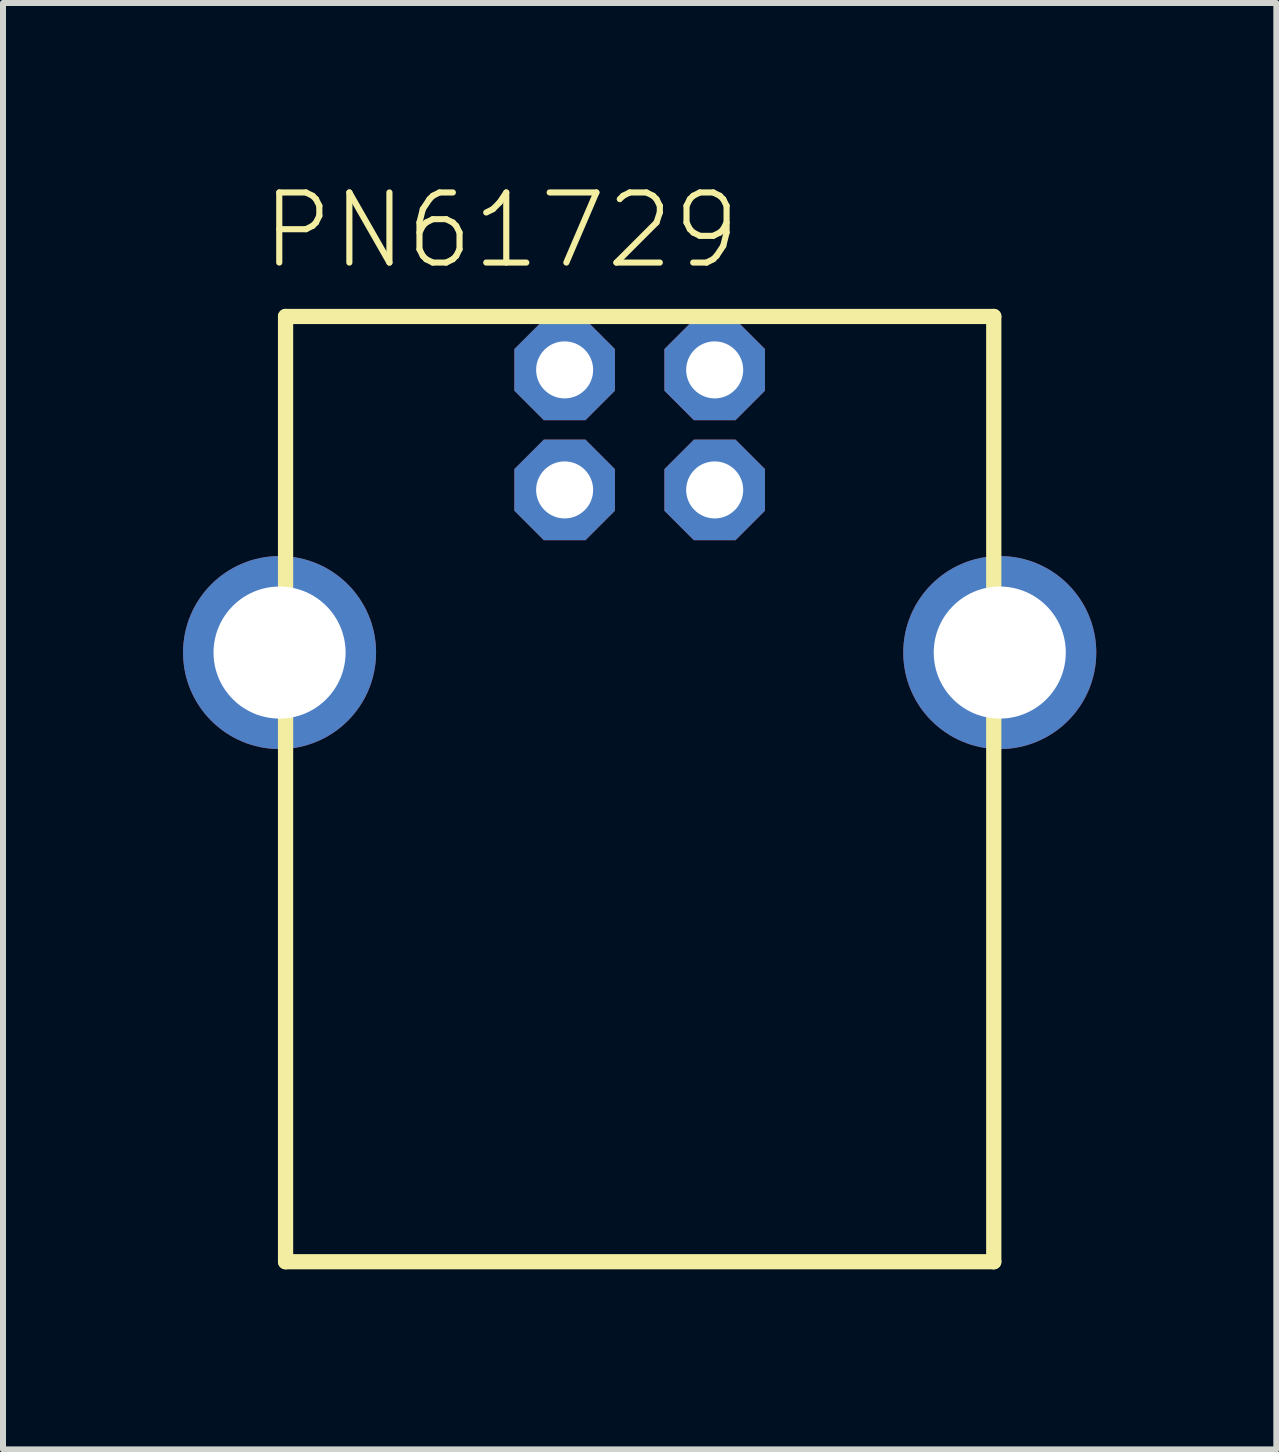
<source format=kicad_pcb>
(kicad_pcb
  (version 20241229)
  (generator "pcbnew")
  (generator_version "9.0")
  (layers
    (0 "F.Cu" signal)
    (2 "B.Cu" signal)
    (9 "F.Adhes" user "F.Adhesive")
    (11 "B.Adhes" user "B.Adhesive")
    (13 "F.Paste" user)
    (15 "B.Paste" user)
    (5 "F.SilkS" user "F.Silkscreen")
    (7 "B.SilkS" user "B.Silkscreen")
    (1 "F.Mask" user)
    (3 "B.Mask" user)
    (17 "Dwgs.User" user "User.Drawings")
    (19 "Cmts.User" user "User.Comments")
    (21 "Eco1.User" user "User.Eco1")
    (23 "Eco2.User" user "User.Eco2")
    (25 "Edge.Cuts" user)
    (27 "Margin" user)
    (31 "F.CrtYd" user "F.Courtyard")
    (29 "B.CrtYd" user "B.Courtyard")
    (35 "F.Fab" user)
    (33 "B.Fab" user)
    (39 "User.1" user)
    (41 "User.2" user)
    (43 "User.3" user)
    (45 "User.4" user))
  (footprint "PN61729"
    (layer "F.Cu")
    (at 7.608 7.823)
    (property "Reference" "PN61729" (at -6.35 -6.35 0) (layer "F.SilkS") (effects (font (size 1.168 1.168) (thickness 0.102)) (justify left bottom)))
    (fp_line (start -5.9 -5.6) (end -5.9 10.15) (stroke (width 0.254) (type solid)) (layer "F.SilkS"))
    (fp_line (start -5.9 10.15) (end 5.9 10.15) (stroke (width 0.254) (type solid)) (layer "F.SilkS"))
    (fp_line (start 5.9 -5.6) (end -5.9 -5.6) (stroke (width 0.254) (type solid)) (layer "F.SilkS"))
    (fp_line (start 5.9 10.15) (end 5.9 -5.6) (stroke (width 0.254) (type solid)) (layer "F.SilkS"))
    (pad "1" thru_hole roundrect (at 1.25 -4.71) (size 1.676 1.676) (drill 0.95) (layers "*.Cu" "*.Mask") (roundrect_rratio 0.25) (chamfer_ratio 0.293) (chamfer top_left top_right bottom_left bottom_right))
    (pad "2" thru_hole roundrect (at -1.25 -4.71) (size 1.676 1.676) (drill 0.95) (layers "*.Cu" "*.Mask") (roundrect_rratio 0.25) (chamfer_ratio 0.293) (chamfer top_left top_right bottom_left bottom_right))
    (pad "3" thru_hole roundrect (at -1.25 -2.71) (size 1.676 1.676) (drill 0.95) (layers "*.Cu" "*.Mask") (roundrect_rratio 0.25) (chamfer_ratio 0.293) (chamfer top_left top_right bottom_left bottom_right))
    (pad "4" thru_hole roundrect (at 1.25 -2.71) (size 1.676 1.676) (drill 0.95) (layers "*.Cu" "*.Mask") (roundrect_rratio 0.25) (chamfer_ratio 0.293) (chamfer top_left top_right bottom_left bottom_right))
    (pad "P$1" thru_hole circle (at -6 0) (size 3.216 3.216) (drill 2.2) (layers "*.Cu" "*.Mask"))
    (pad "P$2" thru_hole circle (at 6 0) (size 3.216 3.216) (drill 2.2) (layers "*.Cu" "*.Mask")))
  (gr_rect
    (start -3 -3)
    (end 18.216 21.1)
    (stroke (width 0.1) (type default))
    (fill no)
    (layer "Edge.Cuts")))
</source>
